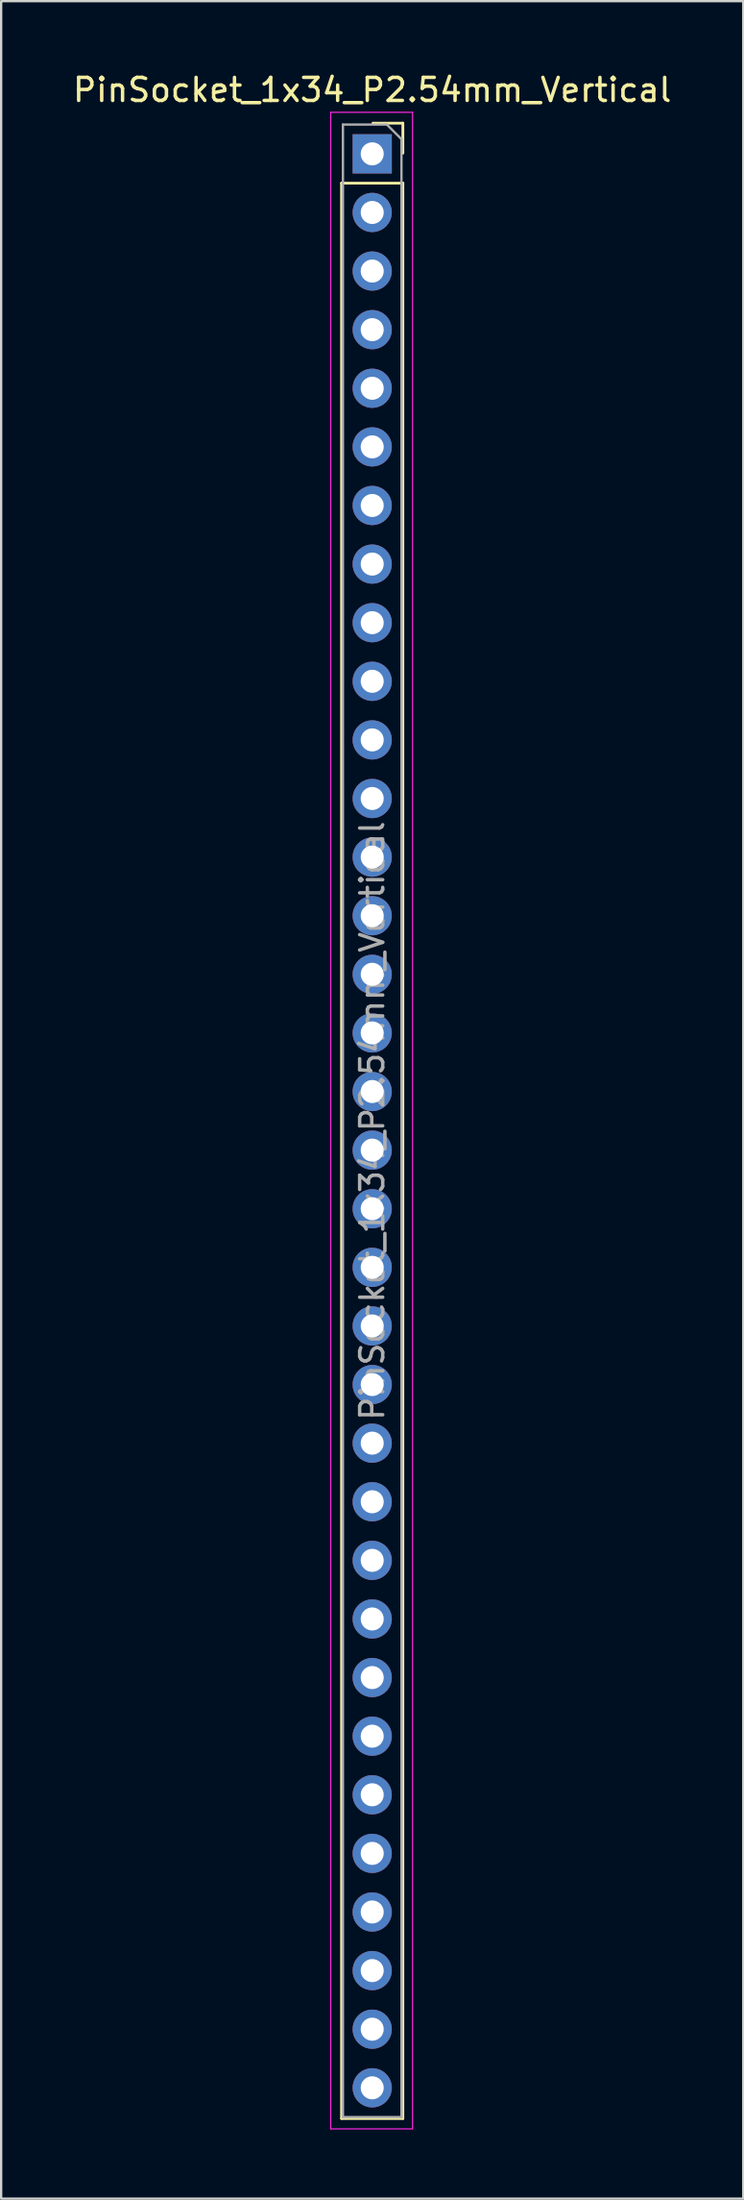
<source format=kicad_pcb>
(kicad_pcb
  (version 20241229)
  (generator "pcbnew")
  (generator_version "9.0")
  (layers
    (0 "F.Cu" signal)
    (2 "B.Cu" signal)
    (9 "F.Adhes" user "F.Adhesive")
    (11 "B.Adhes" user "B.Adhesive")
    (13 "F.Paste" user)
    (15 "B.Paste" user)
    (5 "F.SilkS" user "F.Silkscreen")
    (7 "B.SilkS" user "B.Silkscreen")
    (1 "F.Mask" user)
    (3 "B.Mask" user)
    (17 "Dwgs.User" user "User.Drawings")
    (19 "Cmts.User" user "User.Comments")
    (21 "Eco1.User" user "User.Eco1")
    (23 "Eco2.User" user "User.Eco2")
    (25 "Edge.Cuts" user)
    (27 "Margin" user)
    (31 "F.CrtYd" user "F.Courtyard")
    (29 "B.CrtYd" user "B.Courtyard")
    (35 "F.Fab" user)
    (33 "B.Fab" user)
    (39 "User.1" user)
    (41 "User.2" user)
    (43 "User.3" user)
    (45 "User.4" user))
  (footprint "PinSocket_1x34_P2.54mm_Vertical"
    (layer "F.Cu")
    (at 13.101 3.618)
    (property "Reference" "PinSocket_1x34_P2.54mm_Vertical" (at 0 -2.77 0) (layer "F.SilkS") (effects (font (size 1 1) (thickness 0.15))))
    (attr through_hole)
    (fp_line (start -1.33 1.27) (end -1.33 85.15) (stroke (width 0.12) (type solid)) (layer "F.SilkS"))
    (fp_line (start -1.33 85.15) (end 1.33 85.15) (stroke (width 0.12) (type solid)) (layer "F.SilkS"))
    (fp_line (start 1.33 -1.33) (end 0.03 -1.33) (stroke (width 0.12) (type solid)) (layer "F.SilkS"))
    (fp_line (start 1.33 -0.03) (end 1.33 -1.33) (stroke (width 0.12) (type solid)) (layer "F.SilkS"))
    (fp_line (start 1.33 1.27) (end -1.33 1.27) (stroke (width 0.12) (type solid)) (layer "F.SilkS"))
    (fp_line (start 1.33 85.15) (end 1.33 1.27) (stroke (width 0.12) (type solid)) (layer "F.SilkS"))
    (fp_line (start -1.8 -1.8) (end 1.75 -1.8) (stroke (width 0.05) (type solid)) (layer "F.CrtYd"))
    (fp_line (start -1.8 85.6) (end -1.8 -1.8) (stroke (width 0.05) (type solid)) (layer "F.CrtYd"))
    (fp_line (start 1.75 -1.8) (end 1.75 85.6) (stroke (width 0.05) (type solid)) (layer "F.CrtYd"))
    (fp_line (start 1.75 85.6) (end -1.8 85.6) (stroke (width 0.05) (type solid)) (layer "F.CrtYd"))
    (fp_line (start -1.27 -1.27) (end 0.635 -1.27) (stroke (width 0.1) (type solid)) (layer "F.Fab"))
    (fp_line (start -1.27 85.09) (end -1.27 -1.27) (stroke (width 0.1) (type solid)) (layer "F.Fab"))
    (fp_line (start 0.635 -1.27) (end 1.27 -0.635) (stroke (width 0.1) (type solid)) (layer "F.Fab"))
    (fp_line (start 1.27 -0.635) (end 1.27 85.09) (stroke (width 0.1) (type solid)) (layer "F.Fab"))
    (fp_line (start 1.27 85.09) (end -1.27 85.09) (stroke (width 0.1) (type solid)) (layer "F.Fab"))
    (fp_text user "${REFERENCE}" (at 0 41.91 90) (layer "F.Fab") (effects (font (size 1 1) (thickness 0.15))))
    (pad "1" thru_hole rect (at 0 0) (size 1.7 1.7) (drill 1) (layers "*.Cu" "*.Mask"))
    (pad "2" thru_hole oval (at 0 2.54) (size 1.7 1.7) (drill 1) (layers "*.Cu" "*.Mask"))
    (pad "3" thru_hole oval (at 0 5.08) (size 1.7 1.7) (drill 1) (layers "*.Cu" "*.Mask"))
    (pad "4" thru_hole oval (at 0 7.62) (size 1.7 1.7) (drill 1) (layers "*.Cu" "*.Mask"))
    (pad "5" thru_hole oval (at 0 10.16) (size 1.7 1.7) (drill 1) (layers "*.Cu" "*.Mask"))
    (pad "6" thru_hole oval (at 0 12.7) (size 1.7 1.7) (drill 1) (layers "*.Cu" "*.Mask"))
    (pad "7" thru_hole oval (at 0 15.24) (size 1.7 1.7) (drill 1) (layers "*.Cu" "*.Mask"))
    (pad "8" thru_hole oval (at 0 17.78) (size 1.7 1.7) (drill 1) (layers "*.Cu" "*.Mask"))
    (pad "9" thru_hole oval (at 0 20.32) (size 1.7 1.7) (drill 1) (layers "*.Cu" "*.Mask"))
    (pad "10" thru_hole oval (at 0 22.86) (size 1.7 1.7) (drill 1) (layers "*.Cu" "*.Mask"))
    (pad "11" thru_hole oval (at 0 25.4) (size 1.7 1.7) (drill 1) (layers "*.Cu" "*.Mask"))
    (pad "12" thru_hole oval (at 0 27.94) (size 1.7 1.7) (drill 1) (layers "*.Cu" "*.Mask"))
    (pad "13" thru_hole oval (at 0 30.48) (size 1.7 1.7) (drill 1) (layers "*.Cu" "*.Mask"))
    (pad "14" thru_hole oval (at 0 33.02) (size 1.7 1.7) (drill 1) (layers "*.Cu" "*.Mask"))
    (pad "15" thru_hole oval (at 0 35.56) (size 1.7 1.7) (drill 1) (layers "*.Cu" "*.Mask"))
    (pad "16" thru_hole oval (at 0 38.1) (size 1.7 1.7) (drill 1) (layers "*.Cu" "*.Mask"))
    (pad "17" thru_hole oval (at 0 40.64) (size 1.7 1.7) (drill 1) (layers "*.Cu" "*.Mask"))
    (pad "18" thru_hole oval (at 0 43.18) (size 1.7 1.7) (drill 1) (layers "*.Cu" "*.Mask"))
    (pad "19" thru_hole oval (at 0 45.72) (size 1.7 1.7) (drill 1) (layers "*.Cu" "*.Mask"))
    (pad "20" thru_hole oval (at 0 48.26) (size 1.7 1.7) (drill 1) (layers "*.Cu" "*.Mask"))
    (pad "21" thru_hole oval (at 0 50.8) (size 1.7 1.7) (drill 1) (layers "*.Cu" "*.Mask"))
    (pad "22" thru_hole oval (at 0 53.34) (size 1.7 1.7) (drill 1) (layers "*.Cu" "*.Mask"))
    (pad "23" thru_hole oval (at 0 55.88) (size 1.7 1.7) (drill 1) (layers "*.Cu" "*.Mask"))
    (pad "24" thru_hole oval (at 0 58.42) (size 1.7 1.7) (drill 1) (layers "*.Cu" "*.Mask"))
    (pad "25" thru_hole oval (at 0 60.96) (size 1.7 1.7) (drill 1) (layers "*.Cu" "*.Mask"))
    (pad "26" thru_hole oval (at 0 63.5) (size 1.7 1.7) (drill 1) (layers "*.Cu" "*.Mask"))
    (pad "27" thru_hole oval (at 0 66.04) (size 1.7 1.7) (drill 1) (layers "*.Cu" "*.Mask"))
    (pad "28" thru_hole oval (at 0 68.58) (size 1.7 1.7) (drill 1) (layers "*.Cu" "*.Mask"))
    (pad "29" thru_hole oval (at 0 71.12) (size 1.7 1.7) (drill 1) (layers "*.Cu" "*.Mask"))
    (pad "30" thru_hole oval (at 0 73.66) (size 1.7 1.7) (drill 1) (layers "*.Cu" "*.Mask"))
    (pad "31" thru_hole oval (at 0 76.2) (size 1.7 1.7) (drill 1) (layers "*.Cu" "*.Mask"))
    (pad "32" thru_hole oval (at 0 78.74) (size 1.7 1.7) (drill 1) (layers "*.Cu" "*.Mask"))
    (pad "33" thru_hole oval (at 0 81.28) (size 1.7 1.7) (drill 1) (layers "*.Cu" "*.Mask"))
    (pad "34" thru_hole oval (at 0 83.82) (size 1.7 1.7) (drill 1) (layers "*.Cu" "*.Mask")))
  (gr_rect
    (start -3 -3)
    (end 29.202 92.243)
    (stroke (width 0.1) (type default))
    (fill no)
    (layer "Edge.Cuts")))
</source>
